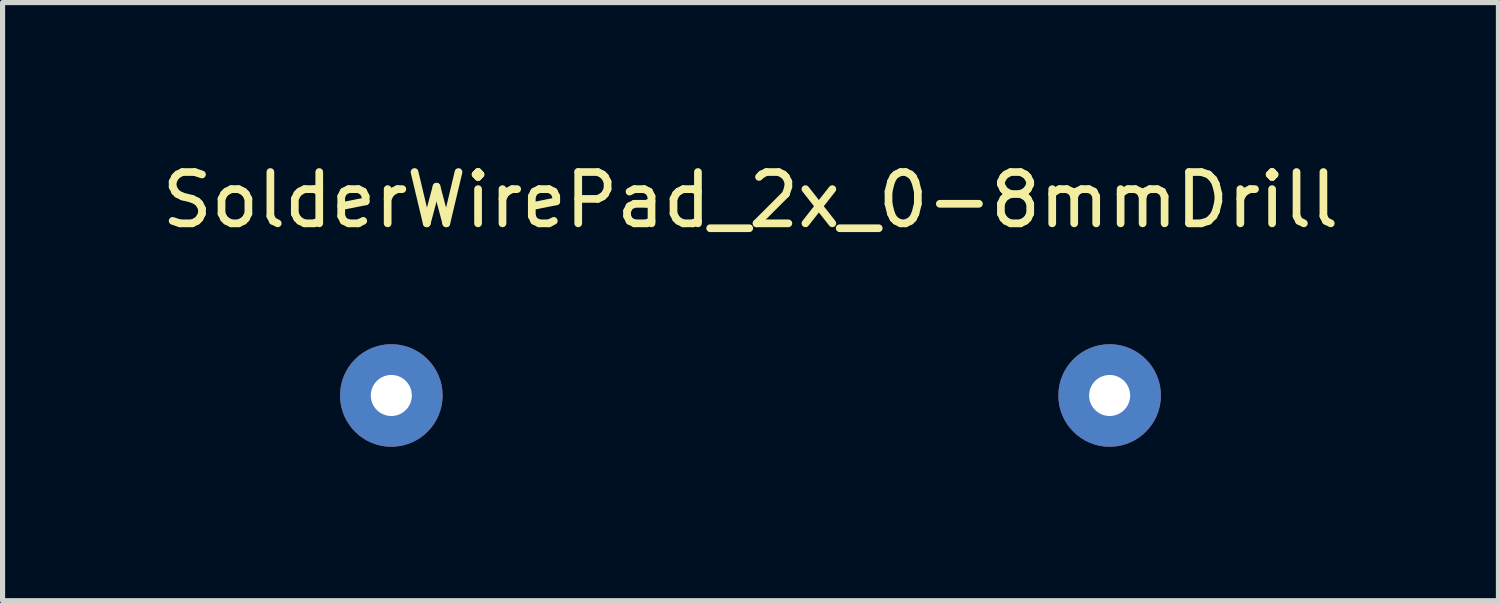
<source format=kicad_pcb>
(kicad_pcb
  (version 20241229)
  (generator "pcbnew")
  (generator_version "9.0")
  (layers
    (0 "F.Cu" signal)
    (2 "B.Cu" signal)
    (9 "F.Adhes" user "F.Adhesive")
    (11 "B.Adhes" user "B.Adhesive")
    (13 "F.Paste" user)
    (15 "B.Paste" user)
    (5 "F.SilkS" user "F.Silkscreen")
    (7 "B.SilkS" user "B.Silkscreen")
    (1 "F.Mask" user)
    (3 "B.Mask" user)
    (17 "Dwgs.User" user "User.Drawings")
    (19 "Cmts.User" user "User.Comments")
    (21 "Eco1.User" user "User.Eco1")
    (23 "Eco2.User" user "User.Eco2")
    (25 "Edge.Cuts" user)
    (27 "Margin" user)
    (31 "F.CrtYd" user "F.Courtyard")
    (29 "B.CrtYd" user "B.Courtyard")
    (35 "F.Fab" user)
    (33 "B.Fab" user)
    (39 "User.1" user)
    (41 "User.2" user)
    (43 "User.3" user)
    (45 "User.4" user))
  (footprint "SolderWirePad_2x_0-8mmDrill"
    (layer "F.Cu")
    (at 11.577 4.658)
    (property "Reference" "SolderWirePad_2x_0-8mmDrill" (at 0 -3.81 0) (layer "F.SilkS") (effects (font (size 1 1) (thickness 0.15))))
    (attr through_hole)
    (pad "1" thru_hole circle (at -7 0) (size 1.999 1.999) (drill 0.8) (layers "*.Cu" "*.Mask"))
    (pad "1" thru_hole circle (at 7 0) (size 1.999 1.999) (drill 0.8) (layers "*.Cu" "*.Mask")))
  (gr_rect
    (start -3 -3)
    (end 26.155 8.658)
    (stroke (width 0.1) (type default))
    (fill no)
    (layer "Edge.Cuts")))
</source>
